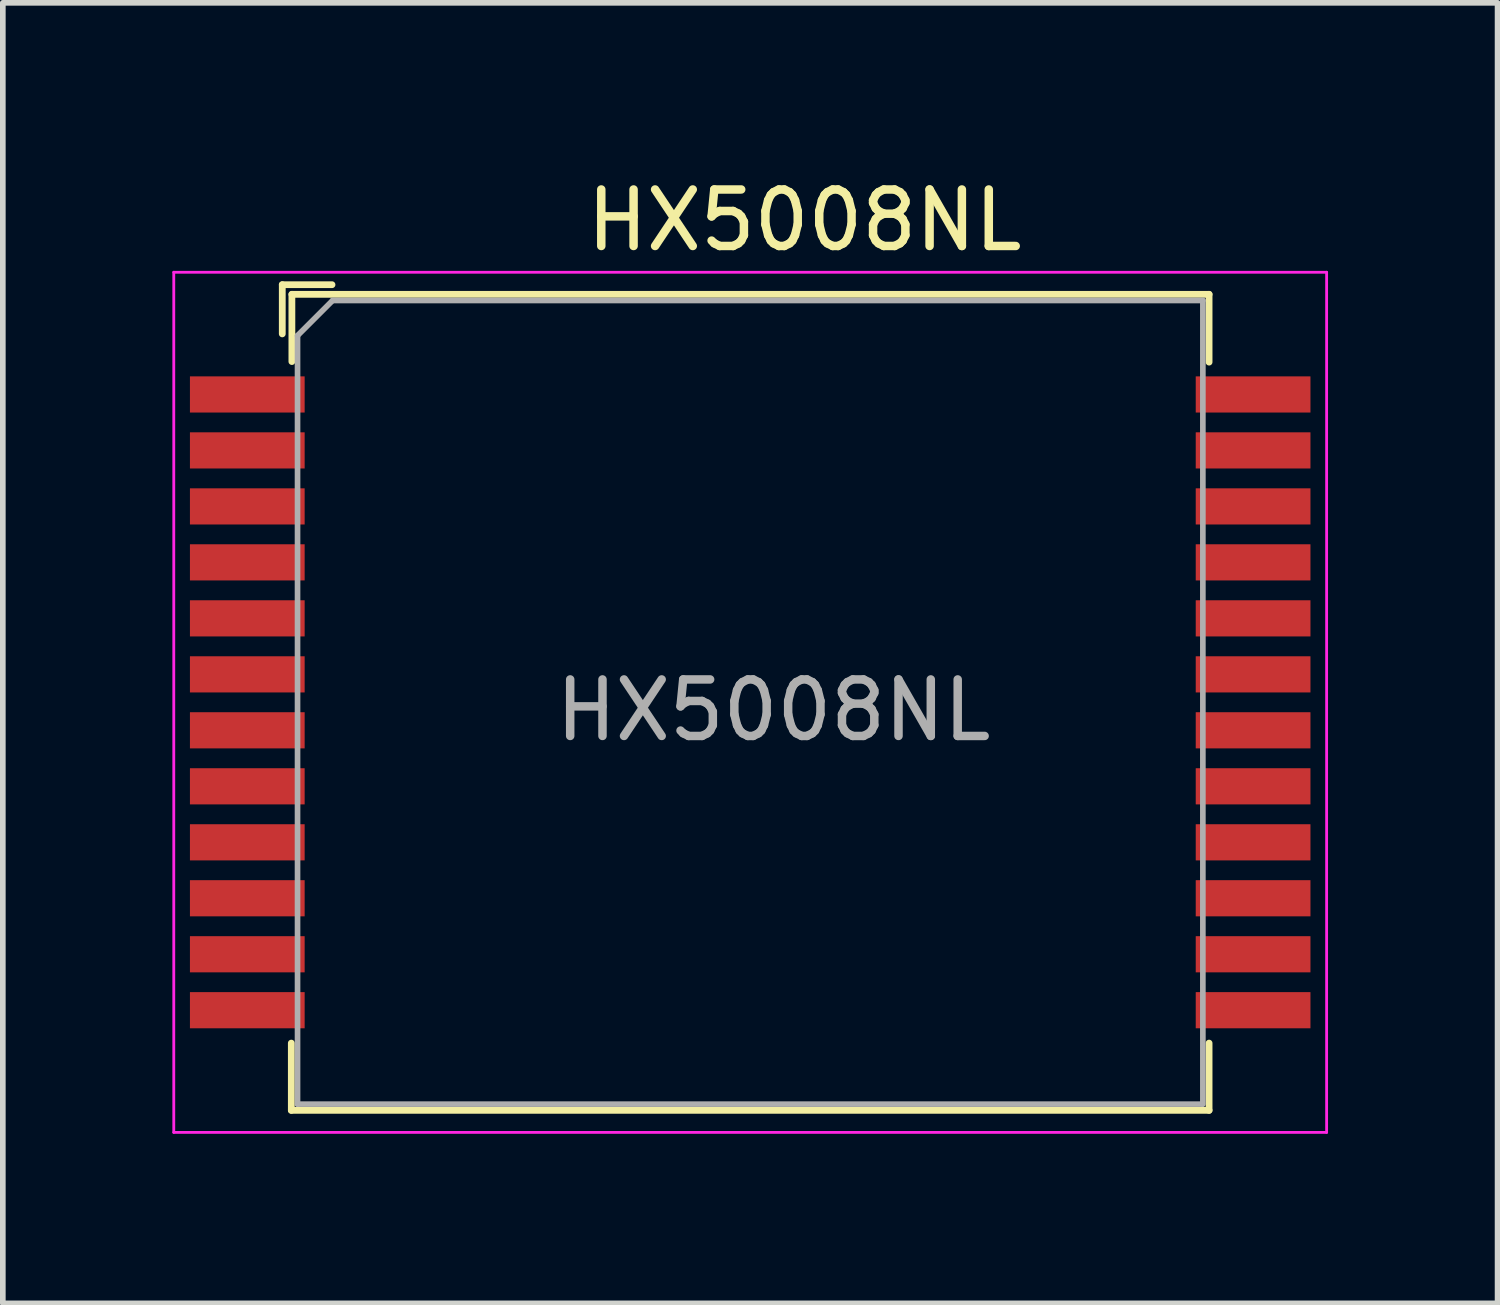
<source format=kicad_pcb>
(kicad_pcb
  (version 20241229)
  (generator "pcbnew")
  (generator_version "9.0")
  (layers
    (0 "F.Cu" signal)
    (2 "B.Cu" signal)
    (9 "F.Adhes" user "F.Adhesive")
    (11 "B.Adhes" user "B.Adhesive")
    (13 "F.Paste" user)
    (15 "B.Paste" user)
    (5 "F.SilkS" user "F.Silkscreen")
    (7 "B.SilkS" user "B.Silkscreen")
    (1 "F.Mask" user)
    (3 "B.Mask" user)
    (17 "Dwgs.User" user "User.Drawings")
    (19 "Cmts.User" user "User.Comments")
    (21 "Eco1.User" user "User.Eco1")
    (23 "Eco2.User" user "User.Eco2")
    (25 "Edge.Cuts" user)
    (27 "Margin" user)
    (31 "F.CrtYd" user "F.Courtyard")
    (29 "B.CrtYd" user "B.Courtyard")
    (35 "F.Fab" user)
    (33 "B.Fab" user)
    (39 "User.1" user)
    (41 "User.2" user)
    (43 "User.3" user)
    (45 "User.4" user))
  (footprint "HX5008NL"
    (layer "F.Cu")
    (at 6.025 9.378)
    (property "Reference" "HX5008NL" (at 5.16 -8.53 0) (layer "F.SilkS") (effects (font (size 1 1) (thickness 0.15))))
    (attr smd)
    (fp_line (start -4.08 -7.39) (end -4.08 -6.52) (stroke (width 0.12) (type solid)) (layer "F.SilkS"))
    (fp_line (start -3.92 6.03) (end -3.92 7.22) (stroke (width 0.12) (type solid)) (layer "F.SilkS"))
    (fp_line (start -3.92 7.22) (end 12.32 7.22) (stroke (width 0.12) (type solid)) (layer "F.SilkS"))
    (fp_line (start -3.91 -7.22) (end -3.91 -6.03) (stroke (width 0.12) (type solid)) (layer "F.SilkS"))
    (fp_line (start -3.91 -7.22) (end 12.32 -7.22) (stroke (width 0.12) (type solid)) (layer "F.SilkS"))
    (fp_line (start -3.2 -7.39) (end -4.08 -7.39) (stroke (width 0.12) (type solid)) (layer "F.SilkS"))
    (fp_line (start 12.32 -7.22) (end 12.32 -6.02) (stroke (width 0.12) (type solid)) (layer "F.SilkS"))
    (fp_line (start 12.32 6.03) (end 12.32 7.22) (stroke (width 0.12) (type solid)) (layer "F.SilkS"))
    (fp_line (start -6 7.61) (end -6 -7.61) (stroke (width 0.05) (type solid)) (layer "F.CrtYd"))
    (fp_line (start -6 7.61) (end 14.4 7.61) (stroke (width 0.05) (type solid)) (layer "F.CrtYd"))
    (fp_line (start 14.4 -7.61) (end -6 -7.61) (stroke (width 0.05) (type solid)) (layer "F.CrtYd"))
    (fp_line (start 14.4 7.61) (end 14.4 -7.61) (stroke (width 0.05) (type solid)) (layer "F.CrtYd"))
    (fp_line (start -3.81 7.11) (end -3.81 -6.49) (stroke (width 0.1) (type solid)) (layer "F.Fab"))
    (fp_line (start -3.81 7.11) (end 12.2 7.11) (stroke (width 0.1) (type solid)) (layer "F.Fab"))
    (fp_line (start -3.19 -7.11) (end -3.81 -6.49) (stroke (width 0.1) (type solid)) (layer "F.Fab"))
    (fp_line (start -3.19 -7.11) (end 12.21 -7.11) (stroke (width 0.1) (type solid)) (layer "F.Fab"))
    (fp_line (start 12.21 7.11) (end 12.21 -7.11) (stroke (width 0.1) (type solid)) (layer "F.Fab"))
    (fp_text user "${REFERENCE}" (at 4.61 0.14 0) (layer "F.Fab") (effects (font (size 1 1) (thickness 0.15))))
    (pad "1" smd rect (at -4.699 -5.448 270) (size 0.64 2.03) (layers "F.Cu" "F.Mask" "F.Paste"))
    (pad "2" smd rect (at -4.699 -4.458 270) (size 0.64 2.03) (layers "F.Cu" "F.Mask" "F.Paste"))
    (pad "3" smd rect (at -4.699 -3.467 270) (size 0.64 2.03) (layers "F.Cu" "F.Mask" "F.Paste"))
    (pad "4" smd rect (at -4.699 -2.477 270) (size 0.64 2.03) (layers "F.Cu" "F.Mask" "F.Paste"))
    (pad "5" smd rect (at -4.699 -1.486 270) (size 0.64 2.03) (layers "F.Cu" "F.Mask" "F.Paste"))
    (pad "6" smd rect (at -4.699 -0.495 270) (size 0.64 2.03) (layers "F.Cu" "F.Mask" "F.Paste"))
    (pad "7" smd rect (at -4.699 0.495 270) (size 0.64 2.03) (layers "F.Cu" "F.Mask" "F.Paste"))
    (pad "8" smd rect (at -4.699 1.486 270) (size 0.64 2.03) (layers "F.Cu" "F.Mask" "F.Paste"))
    (pad "9" smd rect (at -4.699 2.477 270) (size 0.64 2.03) (layers "F.Cu" "F.Mask" "F.Paste"))
    (pad "10" smd rect (at -4.699 3.467 270) (size 0.64 2.03) (layers "F.Cu" "F.Mask" "F.Paste"))
    (pad "11" smd rect (at -4.699 4.458 270) (size 0.64 2.03) (layers "F.Cu" "F.Mask" "F.Paste"))
    (pad "12" smd rect (at -4.699 5.448 270) (size 0.64 2.03) (layers "F.Cu" "F.Mask" "F.Paste"))
    (pad "13" smd rect (at 13.099 5.448 270) (size 0.64 2.03) (layers "F.Cu" "F.Mask" "F.Paste"))
    (pad "14" smd rect (at 13.099 4.458 270) (size 0.64 2.03) (layers "F.Cu" "F.Mask" "F.Paste"))
    (pad "15" smd rect (at 13.099 3.467 270) (size 0.64 2.03) (layers "F.Cu" "F.Mask" "F.Paste"))
    (pad "16" smd rect (at 13.099 2.477 270) (size 0.64 2.03) (layers "F.Cu" "F.Mask" "F.Paste"))
    (pad "17" smd rect (at 13.099 1.486 270) (size 0.64 2.03) (layers "F.Cu" "F.Mask" "F.Paste"))
    (pad "18" smd rect (at 13.099 0.495 270) (size 0.64 2.03) (layers "F.Cu" "F.Mask" "F.Paste"))
    (pad "19" smd rect (at 13.099 -0.495 270) (size 0.64 2.03) (layers "F.Cu" "F.Mask" "F.Paste"))
    (pad "20" smd rect (at 13.099 -1.486 270) (size 0.64 2.03) (layers "F.Cu" "F.Mask" "F.Paste"))
    (pad "21" smd rect (at 13.099 -2.477 270) (size 0.64 2.03) (layers "F.Cu" "F.Mask" "F.Paste"))
    (pad "22" smd rect (at 13.099 -3.467 270) (size 0.64 2.03) (layers "F.Cu" "F.Mask" "F.Paste"))
    (pad "23" smd rect (at 13.099 -4.458 270) (size 0.64 2.03) (layers "F.Cu" "F.Mask" "F.Paste"))
    (pad "24" smd rect (at 13.099 -5.448 270) (size 0.64 2.03) (layers "F.Cu" "F.Mask" "F.Paste")))
  (gr_rect
    (start -3 -3)
    (end 23.45 20.013)
    (stroke (width 0.1) (type default))
    (fill no)
    (layer "Edge.Cuts")))
</source>
